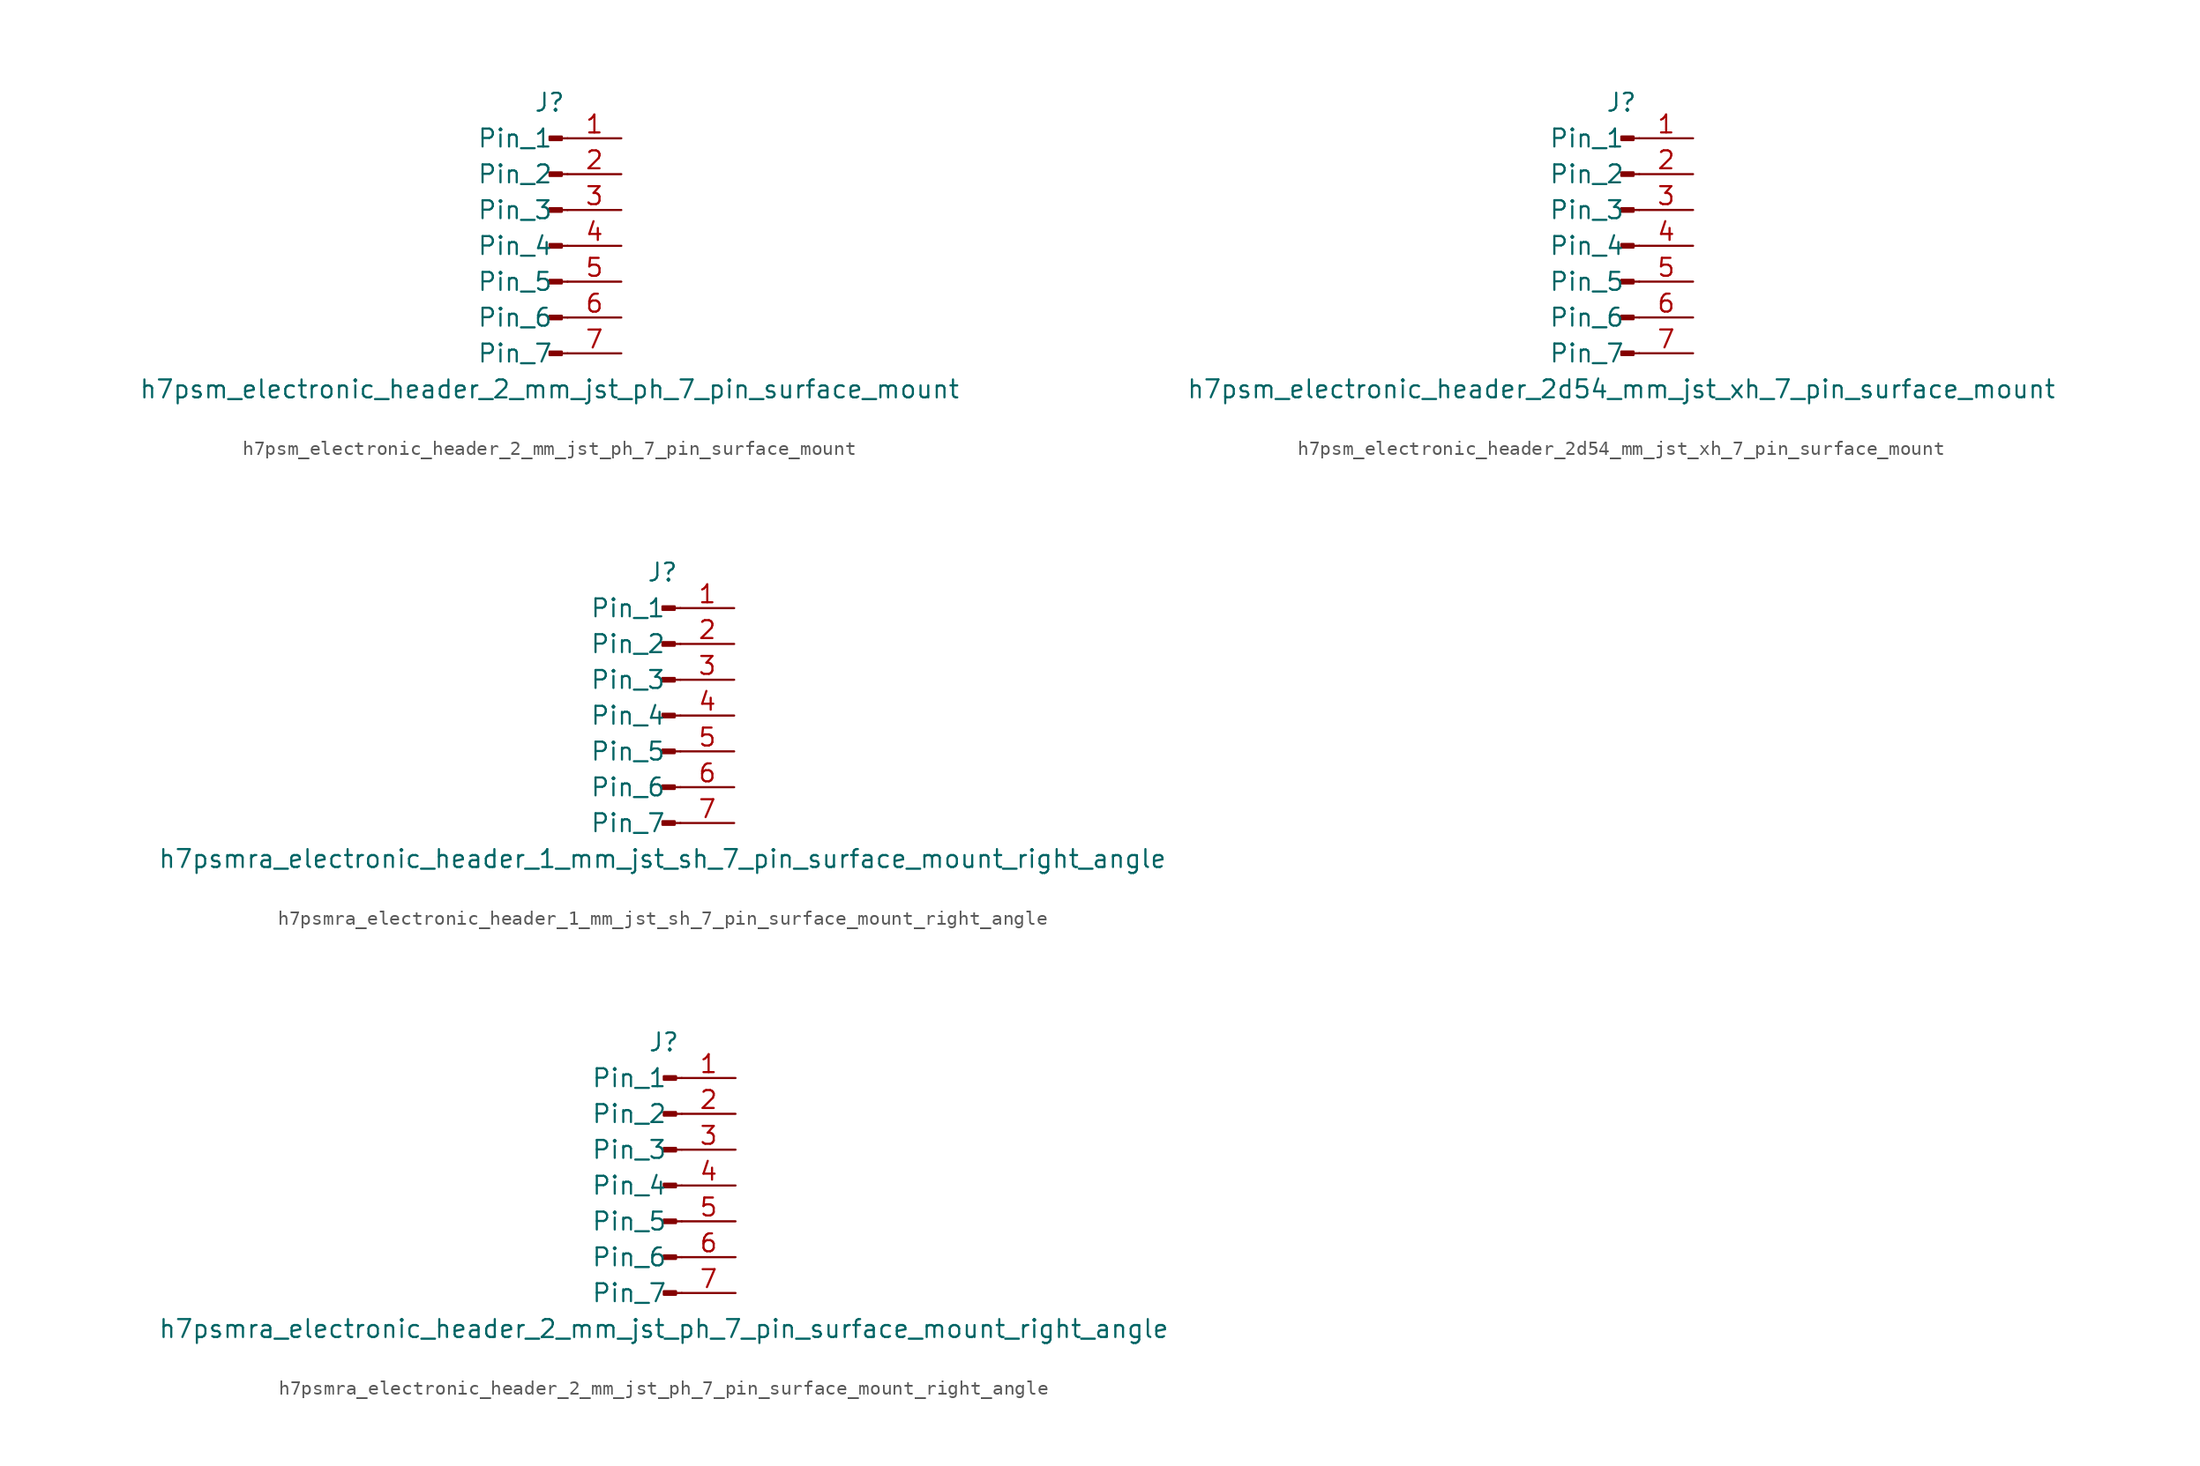
<source format=kicad_sym>
(kicad_symbol_lib
  (version 20220914)
  (generator kicad_symbol_editor)
  (symbol "h7psm_electronic_header_2_mm_jst_ph_7_pin_surface_mount"
    (pin_names
      (offset 1.016))
    (property "Reference" "J"
      (at 0 10.16 0)
      (effects (font (size 1.27 1.27))))
    (property "Value" "h7psm_electronic_header_2_mm_jst_ph_7_pin_surface_mount"
      (at 0 -10.16 0)
      (effects (font (size 1.27 1.27))))
    (property "ki_locked" ""
      (at 0 0 0)
      (effects (font (size 1.27 1.27))))
    (symbol "h7psm_electronic_header_2_mm_jst_ph_7_pin_surface_mount_1_1"
      (polyline (pts (xy 1.27 -7.62) (xy 0.864 -7.62)) (stroke (width 0.152) (type default)) (fill (type none)))
      (polyline (pts (xy 1.27 -5.08) (xy 0.864 -5.08)) (stroke (width 0.152) (type default)) (fill (type none)))
      (polyline (pts (xy 1.27 -2.54) (xy 0.864 -2.54)) (stroke (width 0.152) (type default)) (fill (type none)))
      (polyline (pts (xy 1.27 0) (xy 0.864 0)) (stroke (width 0.152) (type default)) (fill (type none)))
      (polyline (pts (xy 1.27 2.54) (xy 0.864 2.54)) (stroke (width 0.152) (type default)) (fill (type none)))
      (polyline (pts (xy 1.27 5.08) (xy 0.864 5.08)) (stroke (width 0.152) (type default)) (fill (type none)))
      (polyline (pts (xy 1.27 7.62) (xy 0.864 7.62)) (stroke (width 0.152) (type default)) (fill (type none)))
      (rectangle (start 0.864 -7.493) (end 0 -7.747) (stroke (width 0.152) (type default)) (fill (type outline)))
      (rectangle (start 0.864 -4.953) (end 0 -5.207) (stroke (width 0.152) (type default)) (fill (type outline)))
      (rectangle (start 0.864 -2.413) (end 0 -2.667) (stroke (width 0.152) (type default)) (fill (type outline)))
      (rectangle (start 0.864 0.127) (end 0 -0.127) (stroke (width 0.152) (type default)) (fill (type outline)))
      (rectangle (start 0.864 2.667) (end 0 2.413) (stroke (width 0.152) (type default)) (fill (type outline)))
      (rectangle (start 0.864 5.207) (end 0 4.953) (stroke (width 0.152) (type default)) (fill (type outline)))
      (rectangle (start 0.864 7.747) (end 0 7.493) (stroke (width 0.152) (type default)) (fill (type outline)))
      (pin passive line (at 5.08 7.62 180) (length 3.81) (name "Pin_1" (effects (font (size 1.27 1.27)))) (number "1" (effects (font (size 1.27 1.27)))))
      (pin passive line (at 5.08 5.08 180) (length 3.81) (name "Pin_2" (effects (font (size 1.27 1.27)))) (number "2" (effects (font (size 1.27 1.27)))))
      (pin passive line (at 5.08 2.54 180) (length 3.81) (name "Pin_3" (effects (font (size 1.27 1.27)))) (number "3" (effects (font (size 1.27 1.27)))))
      (pin passive line (at 5.08 0 180) (length 3.81) (name "Pin_4" (effects (font (size 1.27 1.27)))) (number "4" (effects (font (size 1.27 1.27)))))
      (pin passive line (at 5.08 -2.54 180) (length 3.81) (name "Pin_5" (effects (font (size 1.27 1.27)))) (number "5" (effects (font (size 1.27 1.27)))))
      (pin passive line (at 5.08 -5.08 180) (length 3.81) (name "Pin_6" (effects (font (size 1.27 1.27)))) (number "6" (effects (font (size 1.27 1.27)))))
      (pin passive line (at 5.08 -7.62 180) (length 3.81) (name "Pin_7" (effects (font (size 1.27 1.27)))) (number "7" (effects (font (size 1.27 1.27)))))))
  (symbol "h7psm_electronic_header_2d54_mm_jst_xh_7_pin_surface_mount"
    (pin_names
      (offset 1.016))
    (property "Reference" "J"
      (at 0 10.16 0)
      (effects (font (size 1.27 1.27))))
    (property "Value" "h7psm_electronic_header_2d54_mm_jst_xh_7_pin_surface_mount"
      (at 0 -10.16 0)
      (effects (font (size 1.27 1.27))))
    (property "ki_locked" ""
      (at 0 0 0)
      (effects (font (size 1.27 1.27))))
    (symbol "h7psm_electronic_header_2d54_mm_jst_xh_7_pin_surface_mount_1_1"
      (polyline (pts (xy 1.27 -7.62) (xy 0.864 -7.62)) (stroke (width 0.152) (type default)) (fill (type none)))
      (polyline (pts (xy 1.27 -5.08) (xy 0.864 -5.08)) (stroke (width 0.152) (type default)) (fill (type none)))
      (polyline (pts (xy 1.27 -2.54) (xy 0.864 -2.54)) (stroke (width 0.152) (type default)) (fill (type none)))
      (polyline (pts (xy 1.27 0) (xy 0.864 0)) (stroke (width 0.152) (type default)) (fill (type none)))
      (polyline (pts (xy 1.27 2.54) (xy 0.864 2.54)) (stroke (width 0.152) (type default)) (fill (type none)))
      (polyline (pts (xy 1.27 5.08) (xy 0.864 5.08)) (stroke (width 0.152) (type default)) (fill (type none)))
      (polyline (pts (xy 1.27 7.62) (xy 0.864 7.62)) (stroke (width 0.152) (type default)) (fill (type none)))
      (rectangle (start 0.864 -7.493) (end 0 -7.747) (stroke (width 0.152) (type default)) (fill (type outline)))
      (rectangle (start 0.864 -4.953) (end 0 -5.207) (stroke (width 0.152) (type default)) (fill (type outline)))
      (rectangle (start 0.864 -2.413) (end 0 -2.667) (stroke (width 0.152) (type default)) (fill (type outline)))
      (rectangle (start 0.864 0.127) (end 0 -0.127) (stroke (width 0.152) (type default)) (fill (type outline)))
      (rectangle (start 0.864 2.667) (end 0 2.413) (stroke (width 0.152) (type default)) (fill (type outline)))
      (rectangle (start 0.864 5.207) (end 0 4.953) (stroke (width 0.152) (type default)) (fill (type outline)))
      (rectangle (start 0.864 7.747) (end 0 7.493) (stroke (width 0.152) (type default)) (fill (type outline)))
      (pin passive line (at 5.08 7.62 180) (length 3.81) (name "Pin_1" (effects (font (size 1.27 1.27)))) (number "1" (effects (font (size 1.27 1.27)))))
      (pin passive line (at 5.08 5.08 180) (length 3.81) (name "Pin_2" (effects (font (size 1.27 1.27)))) (number "2" (effects (font (size 1.27 1.27)))))
      (pin passive line (at 5.08 2.54 180) (length 3.81) (name "Pin_3" (effects (font (size 1.27 1.27)))) (number "3" (effects (font (size 1.27 1.27)))))
      (pin passive line (at 5.08 0 180) (length 3.81) (name "Pin_4" (effects (font (size 1.27 1.27)))) (number "4" (effects (font (size 1.27 1.27)))))
      (pin passive line (at 5.08 -2.54 180) (length 3.81) (name "Pin_5" (effects (font (size 1.27 1.27)))) (number "5" (effects (font (size 1.27 1.27)))))
      (pin passive line (at 5.08 -5.08 180) (length 3.81) (name "Pin_6" (effects (font (size 1.27 1.27)))) (number "6" (effects (font (size 1.27 1.27)))))
      (pin passive line (at 5.08 -7.62 180) (length 3.81) (name "Pin_7" (effects (font (size 1.27 1.27)))) (number "7" (effects (font (size 1.27 1.27)))))))
  (symbol "h7psmra_electronic_header_1_mm_jst_sh_7_pin_surface_mount_right_angle"
    (pin_names
      (offset 1.016))
    (property "Reference" "J"
      (at 0 10.16 0)
      (effects (font (size 1.27 1.27))))
    (property "Value" "h7psmra_electronic_header_1_mm_jst_sh_7_pin_surface_mount_right_angle"
      (at 0 -10.16 0)
      (effects (font (size 1.27 1.27))))
    (property "ki_locked" ""
      (at 0 0 0)
      (effects (font (size 1.27 1.27))))
    (symbol "h7psmra_electronic_header_1_mm_jst_sh_7_pin_surface_mount_right_angle_1_1"
      (polyline (pts (xy 1.27 -7.62) (xy 0.864 -7.62)) (stroke (width 0.152) (type default)) (fill (type none)))
      (polyline (pts (xy 1.27 -5.08) (xy 0.864 -5.08)) (stroke (width 0.152) (type default)) (fill (type none)))
      (polyline (pts (xy 1.27 -2.54) (xy 0.864 -2.54)) (stroke (width 0.152) (type default)) (fill (type none)))
      (polyline (pts (xy 1.27 0) (xy 0.864 0)) (stroke (width 0.152) (type default)) (fill (type none)))
      (polyline (pts (xy 1.27 2.54) (xy 0.864 2.54)) (stroke (width 0.152) (type default)) (fill (type none)))
      (polyline (pts (xy 1.27 5.08) (xy 0.864 5.08)) (stroke (width 0.152) (type default)) (fill (type none)))
      (polyline (pts (xy 1.27 7.62) (xy 0.864 7.62)) (stroke (width 0.152) (type default)) (fill (type none)))
      (rectangle (start 0.864 -7.493) (end 0 -7.747) (stroke (width 0.152) (type default)) (fill (type outline)))
      (rectangle (start 0.864 -4.953) (end 0 -5.207) (stroke (width 0.152) (type default)) (fill (type outline)))
      (rectangle (start 0.864 -2.413) (end 0 -2.667) (stroke (width 0.152) (type default)) (fill (type outline)))
      (rectangle (start 0.864 0.127) (end 0 -0.127) (stroke (width 0.152) (type default)) (fill (type outline)))
      (rectangle (start 0.864 2.667) (end 0 2.413) (stroke (width 0.152) (type default)) (fill (type outline)))
      (rectangle (start 0.864 5.207) (end 0 4.953) (stroke (width 0.152) (type default)) (fill (type outline)))
      (rectangle (start 0.864 7.747) (end 0 7.493) (stroke (width 0.152) (type default)) (fill (type outline)))
      (pin passive line (at 5.08 7.62 180) (length 3.81) (name "Pin_1" (effects (font (size 1.27 1.27)))) (number "1" (effects (font (size 1.27 1.27)))))
      (pin passive line (at 5.08 5.08 180) (length 3.81) (name "Pin_2" (effects (font (size 1.27 1.27)))) (number "2" (effects (font (size 1.27 1.27)))))
      (pin passive line (at 5.08 2.54 180) (length 3.81) (name "Pin_3" (effects (font (size 1.27 1.27)))) (number "3" (effects (font (size 1.27 1.27)))))
      (pin passive line (at 5.08 0 180) (length 3.81) (name "Pin_4" (effects (font (size 1.27 1.27)))) (number "4" (effects (font (size 1.27 1.27)))))
      (pin passive line (at 5.08 -2.54 180) (length 3.81) (name "Pin_5" (effects (font (size 1.27 1.27)))) (number "5" (effects (font (size 1.27 1.27)))))
      (pin passive line (at 5.08 -5.08 180) (length 3.81) (name "Pin_6" (effects (font (size 1.27 1.27)))) (number "6" (effects (font (size 1.27 1.27)))))
      (pin passive line (at 5.08 -7.62 180) (length 3.81) (name "Pin_7" (effects (font (size 1.27 1.27)))) (number "7" (effects (font (size 1.27 1.27)))))))
  (symbol "h7psmra_electronic_header_2_mm_jst_ph_7_pin_surface_mount_right_angle"
    (pin_names
      (offset 1.016))
    (property "Reference" "J"
      (at 0 10.16 0)
      (effects (font (size 1.27 1.27))))
    (property "Value" "h7psmra_electronic_header_2_mm_jst_ph_7_pin_surface_mount_right_angle"
      (at 0 -10.16 0)
      (effects (font (size 1.27 1.27))))
    (property "ki_locked" ""
      (at 0 0 0)
      (effects (font (size 1.27 1.27))))
    (symbol "h7psmra_electronic_header_2_mm_jst_ph_7_pin_surface_mount_right_angle_1_1"
      (polyline (pts (xy 1.27 -7.62) (xy 0.864 -7.62)) (stroke (width 0.152) (type default)) (fill (type none)))
      (polyline (pts (xy 1.27 -5.08) (xy 0.864 -5.08)) (stroke (width 0.152) (type default)) (fill (type none)))
      (polyline (pts (xy 1.27 -2.54) (xy 0.864 -2.54)) (stroke (width 0.152) (type default)) (fill (type none)))
      (polyline (pts (xy 1.27 0) (xy 0.864 0)) (stroke (width 0.152) (type default)) (fill (type none)))
      (polyline (pts (xy 1.27 2.54) (xy 0.864 2.54)) (stroke (width 0.152) (type default)) (fill (type none)))
      (polyline (pts (xy 1.27 5.08) (xy 0.864 5.08)) (stroke (width 0.152) (type default)) (fill (type none)))
      (polyline (pts (xy 1.27 7.62) (xy 0.864 7.62)) (stroke (width 0.152) (type default)) (fill (type none)))
      (rectangle (start 0.864 -7.493) (end 0 -7.747) (stroke (width 0.152) (type default)) (fill (type outline)))
      (rectangle (start 0.864 -4.953) (end 0 -5.207) (stroke (width 0.152) (type default)) (fill (type outline)))
      (rectangle (start 0.864 -2.413) (end 0 -2.667) (stroke (width 0.152) (type default)) (fill (type outline)))
      (rectangle (start 0.864 0.127) (end 0 -0.127) (stroke (width 0.152) (type default)) (fill (type outline)))
      (rectangle (start 0.864 2.667) (end 0 2.413) (stroke (width 0.152) (type default)) (fill (type outline)))
      (rectangle (start 0.864 5.207) (end 0 4.953) (stroke (width 0.152) (type default)) (fill (type outline)))
      (rectangle (start 0.864 7.747) (end 0 7.493) (stroke (width 0.152) (type default)) (fill (type outline)))
      (pin passive line (at 5.08 7.62 180) (length 3.81) (name "Pin_1" (effects (font (size 1.27 1.27)))) (number "1" (effects (font (size 1.27 1.27)))))
      (pin passive line (at 5.08 5.08 180) (length 3.81) (name "Pin_2" (effects (font (size 1.27 1.27)))) (number "2" (effects (font (size 1.27 1.27)))))
      (pin passive line (at 5.08 2.54 180) (length 3.81) (name "Pin_3" (effects (font (size 1.27 1.27)))) (number "3" (effects (font (size 1.27 1.27)))))
      (pin passive line (at 5.08 0 180) (length 3.81) (name "Pin_4" (effects (font (size 1.27 1.27)))) (number "4" (effects (font (size 1.27 1.27)))))
      (pin passive line (at 5.08 -2.54 180) (length 3.81) (name "Pin_5" (effects (font (size 1.27 1.27)))) (number "5" (effects (font (size 1.27 1.27)))))
      (pin passive line (at 5.08 -5.08 180) (length 3.81) (name "Pin_6" (effects (font (size 1.27 1.27)))) (number "6" (effects (font (size 1.27 1.27)))))
      (pin passive line (at 5.08 -7.62 180) (length 3.81) (name "Pin_7" (effects (font (size 1.27 1.27)))) (number "7" (effects (font (size 1.27 1.27))))))))
</source>
